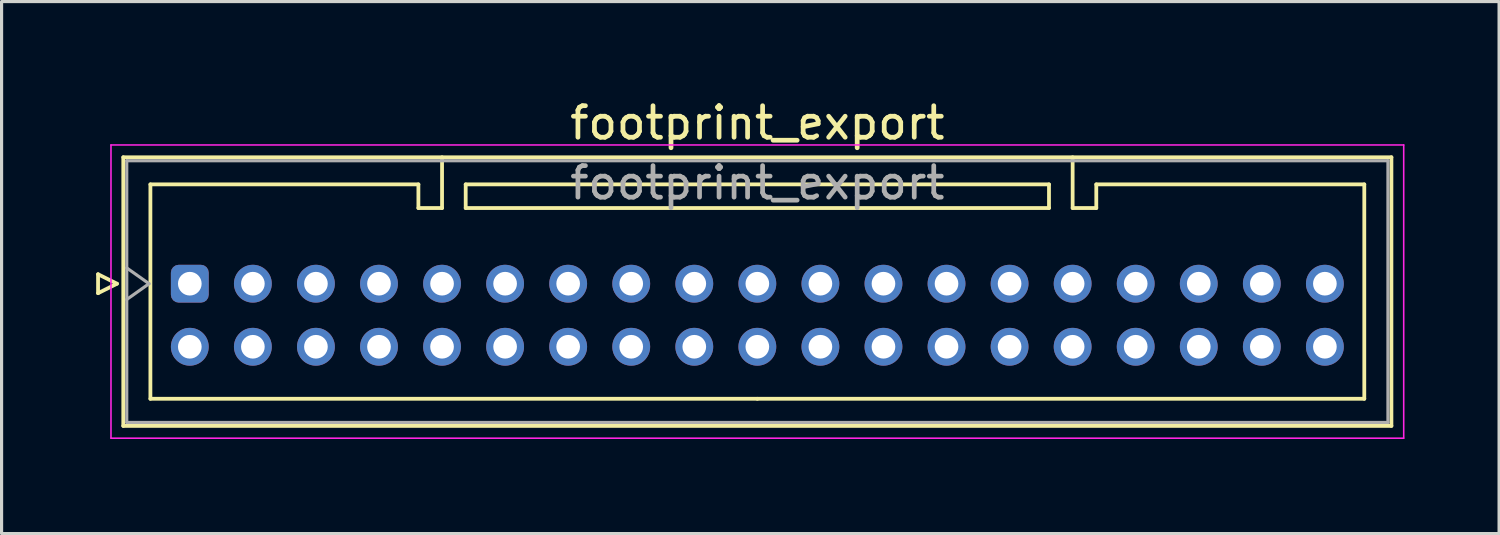
<source format=kicad_pcb>
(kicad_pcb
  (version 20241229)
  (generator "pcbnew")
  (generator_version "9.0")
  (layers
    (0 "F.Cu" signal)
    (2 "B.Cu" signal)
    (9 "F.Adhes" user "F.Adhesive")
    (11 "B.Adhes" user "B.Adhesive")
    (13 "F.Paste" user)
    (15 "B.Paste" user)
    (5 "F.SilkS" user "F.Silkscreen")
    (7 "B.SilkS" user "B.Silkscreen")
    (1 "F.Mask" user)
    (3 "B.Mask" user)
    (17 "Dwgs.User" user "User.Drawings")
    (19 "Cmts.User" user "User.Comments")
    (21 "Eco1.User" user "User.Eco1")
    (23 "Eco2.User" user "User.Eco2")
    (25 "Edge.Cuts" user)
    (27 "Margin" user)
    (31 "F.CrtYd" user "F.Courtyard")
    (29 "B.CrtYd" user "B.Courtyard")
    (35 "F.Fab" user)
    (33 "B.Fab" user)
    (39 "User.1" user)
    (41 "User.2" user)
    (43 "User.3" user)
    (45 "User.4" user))
  (footprint "footprint_export"
    (layer "F.Cu")
    (at 2.97 5.948)
    (property "Reference" "footprint_export" (at 18 -5.1 0) (layer "F.SilkS") (effects (font (size 1 1) (thickness 0.15))))
    (attr through_hole)
    (fp_line (start -2.91 -0.3) (end -2.31 0) (stroke (width 0.12) (type solid)) (layer "F.SilkS"))
    (fp_line (start -2.91 0.3) (end -2.91 -0.3) (stroke (width 0.12) (type solid)) (layer "F.SilkS"))
    (fp_line (start -2.31 0) (end -2.91 0.3) (stroke (width 0.12) (type solid)) (layer "F.SilkS"))
    (fp_line (start -2.11 -4.01) (end -2.11 4.51) (stroke (width 0.12) (type solid)) (layer "F.SilkS"))
    (fp_line (start -2.11 4.51) (end 38.11 4.51) (stroke (width 0.12) (type solid)) (layer "F.SilkS"))
    (fp_line (start -1.25 -3.15) (end -1.25 3.65) (stroke (width 0.12) (type solid)) (layer "F.SilkS"))
    (fp_line (start -1.25 3.65) (end 18 3.65) (stroke (width 0.12) (type solid)) (layer "F.SilkS"))
    (fp_line (start 7.25 -3.15) (end -1.25 -3.15) (stroke (width 0.12) (type solid)) (layer "F.SilkS"))
    (fp_line (start 7.25 -2.4) (end 7.25 -3.15) (stroke (width 0.12) (type solid)) (layer "F.SilkS"))
    (fp_line (start 8 -4.01) (end 8 -2.4) (stroke (width 0.12) (type solid)) (layer "F.SilkS"))
    (fp_line (start 8 -2.4) (end 7.25 -2.4) (stroke (width 0.12) (type solid)) (layer "F.SilkS"))
    (fp_line (start 8.75 -3.15) (end 8.75 -2.4) (stroke (width 0.12) (type solid)) (layer "F.SilkS"))
    (fp_line (start 8.75 -2.4) (end 27.25 -2.4) (stroke (width 0.12) (type solid)) (layer "F.SilkS"))
    (fp_line (start 27.25 -3.15) (end 8.75 -3.15) (stroke (width 0.12) (type solid)) (layer "F.SilkS"))
    (fp_line (start 27.25 -2.4) (end 27.25 -3.15) (stroke (width 0.12) (type solid)) (layer "F.SilkS"))
    (fp_line (start 28 -4.01) (end 28 -2.4) (stroke (width 0.12) (type solid)) (layer "F.SilkS"))
    (fp_line (start 28 -2.4) (end 28.75 -2.4) (stroke (width 0.12) (type solid)) (layer "F.SilkS"))
    (fp_line (start 28.75 -3.15) (end 37.25 -3.15) (stroke (width 0.12) (type solid)) (layer "F.SilkS"))
    (fp_line (start 28.75 -2.4) (end 28.75 -3.15) (stroke (width 0.12) (type solid)) (layer "F.SilkS"))
    (fp_line (start 37.25 -3.15) (end 37.25 3.65) (stroke (width 0.12) (type solid)) (layer "F.SilkS"))
    (fp_line (start 37.25 3.65) (end 18 3.65) (stroke (width 0.12) (type solid)) (layer "F.SilkS"))
    (fp_line (start 38.11 -4.01) (end -2.11 -4.01) (stroke (width 0.12) (type solid)) (layer "F.SilkS"))
    (fp_line (start 38.11 4.51) (end 38.11 -4.01) (stroke (width 0.12) (type solid)) (layer "F.SilkS"))
    (fp_line (start -2.5 -4.4) (end -2.5 4.9) (stroke (width 0.05) (type solid)) (layer "F.CrtYd"))
    (fp_line (start -2.5 4.9) (end 38.5 4.9) (stroke (width 0.05) (type solid)) (layer "F.CrtYd"))
    (fp_line (start 38.5 -4.4) (end -2.5 -4.4) (stroke (width 0.05) (type solid)) (layer "F.CrtYd"))
    (fp_line (start 38.5 4.9) (end 38.5 -4.4) (stroke (width 0.05) (type solid)) (layer "F.CrtYd"))
    (fp_line (start -2 -3.9) (end -2 4.4) (stroke (width 0.1) (type solid)) (layer "F.Fab"))
    (fp_line (start -2 0.5) (end -1.293 0) (stroke (width 0.1) (type solid)) (layer "F.Fab"))
    (fp_line (start -2 4.4) (end 38 4.4) (stroke (width 0.1) (type solid)) (layer "F.Fab"))
    (fp_line (start -1.293 0) (end -2 -0.5) (stroke (width 0.1) (type solid)) (layer "F.Fab"))
    (fp_line (start 38 -3.9) (end -2 -3.9) (stroke (width 0.1) (type solid)) (layer "F.Fab"))
    (fp_line (start 38 4.4) (end 38 -3.9) (stroke (width 0.1) (type solid)) (layer "F.Fab"))
    (fp_text user "${REFERENCE}" (at 18 -3.2 0) (layer "F.Fab") (effects (font (size 1 1) (thickness 0.15))))
    (pad "1" thru_hole roundrect (at 0 0) (size 1.2 1.2) (drill 0.75) (layers "*.Cu" "*.Mask") (roundrect_rratio 0.208))
    (pad "2" thru_hole circle (at 0 2) (size 1.2 1.2) (drill 0.75) (layers "*.Cu" "*.Mask"))
    (pad "3" thru_hole circle (at 2 0) (size 1.2 1.2) (drill 0.75) (layers "*.Cu" "*.Mask"))
    (pad "4" thru_hole circle (at 2 2) (size 1.2 1.2) (drill 0.75) (layers "*.Cu" "*.Mask"))
    (pad "5" thru_hole circle (at 4 0) (size 1.2 1.2) (drill 0.75) (layers "*.Cu" "*.Mask"))
    (pad "6" thru_hole circle (at 4 2) (size 1.2 1.2) (drill 0.75) (layers "*.Cu" "*.Mask"))
    (pad "7" thru_hole circle (at 6 0) (size 1.2 1.2) (drill 0.75) (layers "*.Cu" "*.Mask"))
    (pad "8" thru_hole circle (at 6 2) (size 1.2 1.2) (drill 0.75) (layers "*.Cu" "*.Mask"))
    (pad "9" thru_hole circle (at 8 0) (size 1.2 1.2) (drill 0.75) (layers "*.Cu" "*.Mask"))
    (pad "10" thru_hole circle (at 8 2) (size 1.2 1.2) (drill 0.75) (layers "*.Cu" "*.Mask"))
    (pad "11" thru_hole circle (at 10 0) (size 1.2 1.2) (drill 0.75) (layers "*.Cu" "*.Mask"))
    (pad "12" thru_hole circle (at 10 2) (size 1.2 1.2) (drill 0.75) (layers "*.Cu" "*.Mask"))
    (pad "13" thru_hole circle (at 12 0) (size 1.2 1.2) (drill 0.75) (layers "*.Cu" "*.Mask"))
    (pad "14" thru_hole circle (at 12 2) (size 1.2 1.2) (drill 0.75) (layers "*.Cu" "*.Mask"))
    (pad "15" thru_hole circle (at 14 0) (size 1.2 1.2) (drill 0.75) (layers "*.Cu" "*.Mask"))
    (pad "16" thru_hole circle (at 14 2) (size 1.2 1.2) (drill 0.75) (layers "*.Cu" "*.Mask"))
    (pad "17" thru_hole circle (at 16 0) (size 1.2 1.2) (drill 0.75) (layers "*.Cu" "*.Mask"))
    (pad "18" thru_hole circle (at 16 2) (size 1.2 1.2) (drill 0.75) (layers "*.Cu" "*.Mask"))
    (pad "19" thru_hole circle (at 18 0) (size 1.2 1.2) (drill 0.75) (layers "*.Cu" "*.Mask"))
    (pad "20" thru_hole circle (at 18 2) (size 1.2 1.2) (drill 0.75) (layers "*.Cu" "*.Mask"))
    (pad "21" thru_hole circle (at 20 0) (size 1.2 1.2) (drill 0.75) (layers "*.Cu" "*.Mask"))
    (pad "22" thru_hole circle (at 20 2) (size 1.2 1.2) (drill 0.75) (layers "*.Cu" "*.Mask"))
    (pad "23" thru_hole circle (at 22 0) (size 1.2 1.2) (drill 0.75) (layers "*.Cu" "*.Mask"))
    (pad "24" thru_hole circle (at 22 2) (size 1.2 1.2) (drill 0.75) (layers "*.Cu" "*.Mask"))
    (pad "25" thru_hole circle (at 24 0) (size 1.2 1.2) (drill 0.75) (layers "*.Cu" "*.Mask"))
    (pad "26" thru_hole circle (at 24 2) (size 1.2 1.2) (drill 0.75) (layers "*.Cu" "*.Mask"))
    (pad "27" thru_hole circle (at 26 0) (size 1.2 1.2) (drill 0.75) (layers "*.Cu" "*.Mask"))
    (pad "28" thru_hole circle (at 26 2) (size 1.2 1.2) (drill 0.75) (layers "*.Cu" "*.Mask"))
    (pad "29" thru_hole circle (at 28 0) (size 1.2 1.2) (drill 0.75) (layers "*.Cu" "*.Mask"))
    (pad "30" thru_hole circle (at 28 2) (size 1.2 1.2) (drill 0.75) (layers "*.Cu" "*.Mask"))
    (pad "31" thru_hole circle (at 30 0) (size 1.2 1.2) (drill 0.75) (layers "*.Cu" "*.Mask"))
    (pad "32" thru_hole circle (at 30 2) (size 1.2 1.2) (drill 0.75) (layers "*.Cu" "*.Mask"))
    (pad "33" thru_hole circle (at 32 0) (size 1.2 1.2) (drill 0.75) (layers "*.Cu" "*.Mask"))
    (pad "34" thru_hole circle (at 32 2) (size 1.2 1.2) (drill 0.75) (layers "*.Cu" "*.Mask"))
    (pad "35" thru_hole circle (at 34 0) (size 1.2 1.2) (drill 0.75) (layers "*.Cu" "*.Mask"))
    (pad "36" thru_hole circle (at 34 2) (size 1.2 1.2) (drill 0.75) (layers "*.Cu" "*.Mask"))
    (pad "37" thru_hole circle (at 36 0) (size 1.2 1.2) (drill 0.75) (layers "*.Cu" "*.Mask"))
    (pad "38" thru_hole circle (at 36 2) (size 1.2 1.2) (drill 0.75) (layers "*.Cu" "*.Mask")))
  (gr_rect
    (start -3 -3)
    (end 44.495 13.873)
    (stroke (width 0.1) (type default))
    (fill no)
    (layer "Edge.Cuts")))
</source>
